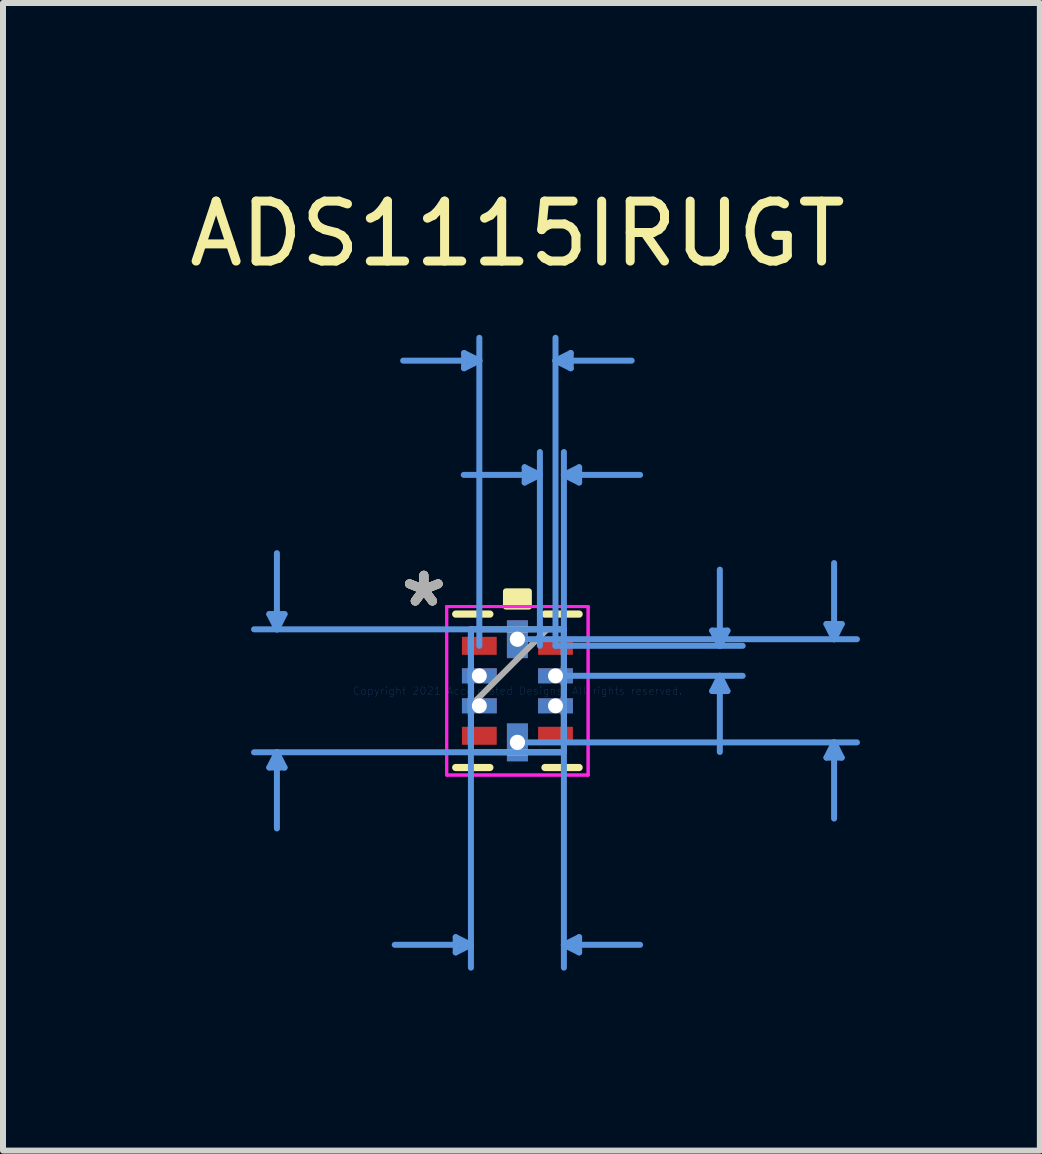
<source format=kicad_pcb>
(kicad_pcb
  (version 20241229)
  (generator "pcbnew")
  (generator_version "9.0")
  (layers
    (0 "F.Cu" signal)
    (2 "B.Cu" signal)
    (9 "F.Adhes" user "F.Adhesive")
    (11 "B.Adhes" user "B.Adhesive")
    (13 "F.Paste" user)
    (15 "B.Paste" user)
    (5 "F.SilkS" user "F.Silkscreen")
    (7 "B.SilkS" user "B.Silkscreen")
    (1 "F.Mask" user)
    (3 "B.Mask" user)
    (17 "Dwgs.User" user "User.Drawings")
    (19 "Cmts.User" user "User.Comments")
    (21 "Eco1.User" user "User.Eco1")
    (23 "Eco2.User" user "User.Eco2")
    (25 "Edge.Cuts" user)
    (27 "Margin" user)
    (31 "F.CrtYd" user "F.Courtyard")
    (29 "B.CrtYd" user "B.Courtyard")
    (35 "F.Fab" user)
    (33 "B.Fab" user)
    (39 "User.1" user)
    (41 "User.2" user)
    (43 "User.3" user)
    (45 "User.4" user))
  (footprint "ADS1115IRUGT"
    (layer "F.Cu")
    (at 5.577 8.468)
    (property "Reference" "ADS1115IRUGT" (at 0 -7.62 0) (layer "F.SilkS") (effects (font (size 1 1) (thickness 0.15))))
    (attr through_hole)
    (fp_poly (pts (xy -0.975 -0.95) (xy -0.975 -0.55) (xy -0.295 -0.55) (xy -0.295 -0.95)) (stroke (width 0.1) (type solid)) (fill yes) (layer "F.Mask"))
    (fp_poly (pts (xy -0.975 -0.45) (xy -0.975 -0.05) (xy -0.295 -0.05) (xy -0.295 -0.45)) (stroke (width 0.1) (type solid)) (fill yes) (layer "F.Mask"))
    (fp_poly (pts (xy -0.975 0.05) (xy -0.975 0.45) (xy -0.295 0.45) (xy -0.295 0.05)) (stroke (width 0.1) (type solid)) (fill yes) (layer "F.Mask"))
    (fp_poly (pts (xy -0.975 0.55) (xy -0.975 0.95) (xy -0.295 0.95) (xy -0.295 0.55)) (stroke (width 0.1) (type solid)) (fill yes) (layer "F.Mask"))
    (fp_poly (pts (xy -0.2 -1.2) (xy -0.2 -0.52) (xy 0.2 -0.52) (xy 0.2 -1.2)) (stroke (width 0.1) (type solid)) (fill yes) (layer "F.Mask"))
    (fp_poly (pts (xy -0.2 0.52) (xy -0.2 1.2) (xy 0.2 1.2) (xy 0.2 0.52)) (stroke (width 0.1) (type solid)) (fill yes) (layer "F.Mask"))
    (fp_poly (pts (xy 0.295 -0.95) (xy 0.295 -0.55) (xy 0.975 -0.55) (xy 0.975 -0.95)) (stroke (width 0.1) (type solid)) (fill yes) (layer "F.Mask"))
    (fp_poly (pts (xy 0.295 -0.45) (xy 0.295 -0.05) (xy 0.975 -0.05) (xy 0.975 -0.45)) (stroke (width 0.1) (type solid)) (fill yes) (layer "F.Mask"))
    (fp_poly (pts (xy 0.295 0.05) (xy 0.295 0.45) (xy 0.975 0.45) (xy 0.975 0.05)) (stroke (width 0.1) (type solid)) (fill yes) (layer "F.Mask"))
    (fp_poly (pts (xy 0.295 0.55) (xy 0.295 0.95) (xy 0.975 0.95) (xy 0.975 0.55)) (stroke (width 0.1) (type solid)) (fill yes) (layer "F.Mask"))
    (fp_line (start -1.029 1.279) (end -0.459 1.279) (stroke (width 0.12) (type solid)) (layer "F.SilkS"))
    (fp_line (start -0.459 -1.279) (end -1.029 -1.279) (stroke (width 0.12) (type solid)) (layer "F.SilkS"))
    (fp_line (start 0.459 1.279) (end 1.029 1.279) (stroke (width 0.12) (type solid)) (layer "F.SilkS"))
    (fp_line (start 1.029 -1.279) (end 0.459 -1.279) (stroke (width 0.12) (type solid)) (layer "F.SilkS"))
    (fp_poly (pts (xy -0.191 -1.404) (xy -0.191 -1.658) (xy 0.191 -1.658) (xy 0.191 -1.404)) (stroke (width 0.1) (type solid)) (fill yes) (layer "F.SilkS"))
    (fp_poly (pts (xy -0.9 -0.875) (xy -0.9 -0.625) (xy -0.37 -0.625) (xy -0.37 -0.875)) (stroke (width 0.1) (type solid)) (fill yes) (layer "F.Paste"))
    (fp_poly (pts (xy -0.9 -0.375) (xy -0.9 -0.125) (xy -0.37 -0.125) (xy -0.37 -0.375)) (stroke (width 0.1) (type solid)) (fill yes) (layer "F.Paste"))
    (fp_poly (pts (xy -0.9 0.125) (xy -0.9 0.375) (xy -0.37 0.375) (xy -0.37 0.125)) (stroke (width 0.1) (type solid)) (fill yes) (layer "F.Paste"))
    (fp_poly (pts (xy -0.9 0.625) (xy -0.9 0.875) (xy -0.37 0.875) (xy -0.37 0.625)) (stroke (width 0.1) (type solid)) (fill yes) (layer "F.Paste"))
    (fp_poly (pts (xy -0.125 -1.125) (xy -0.125 -0.595) (xy 0.125 -0.595) (xy 0.125 -1.125)) (stroke (width 0.1) (type solid)) (fill yes) (layer "F.Paste"))
    (fp_poly (pts (xy -0.125 0.595) (xy -0.125 1.125) (xy 0.125 1.125) (xy 0.125 0.595)) (stroke (width 0.1) (type solid)) (fill yes) (layer "F.Paste"))
    (fp_poly (pts (xy 0.37 -0.875) (xy 0.37 -0.625) (xy 0.9 -0.625) (xy 0.9 -0.875)) (stroke (width 0.1) (type solid)) (fill yes) (layer "F.Paste"))
    (fp_poly (pts (xy 0.37 -0.375) (xy 0.37 -0.125) (xy 0.9 -0.125) (xy 0.9 -0.375)) (stroke (width 0.1) (type solid)) (fill yes) (layer "F.Paste"))
    (fp_poly (pts (xy 0.37 0.125) (xy 0.37 0.375) (xy 0.9 0.375) (xy 0.9 0.125)) (stroke (width 0.1) (type solid)) (fill yes) (layer "F.Paste"))
    (fp_poly (pts (xy 0.37 0.625) (xy 0.37 0.875) (xy 0.9 0.875) (xy 0.9 0.625)) (stroke (width 0.1) (type solid)) (fill yes) (layer "F.Paste"))
    (fp_line (start -4.137 -1.279) (end -3.883 -1.279) (stroke (width 0.1) (type solid)) (layer "Cmts.User"))
    (fp_line (start -4.137 1.279) (end -3.883 1.279) (stroke (width 0.1) (type solid)) (layer "Cmts.User"))
    (fp_line (start -4.01 -1.025) (end -4.137 -1.279) (stroke (width 0.1) (type solid)) (layer "Cmts.User"))
    (fp_line (start -4.01 -1.025) (end -4.01 -2.295) (stroke (width 0.1) (type solid)) (layer "Cmts.User"))
    (fp_line (start -4.01 -1.025) (end -3.883 -1.279) (stroke (width 0.1) (type solid)) (layer "Cmts.User"))
    (fp_line (start -4.01 1.025) (end -4.137 1.279) (stroke (width 0.1) (type solid)) (layer "Cmts.User"))
    (fp_line (start -4.01 1.025) (end -4.01 2.295) (stroke (width 0.1) (type solid)) (layer "Cmts.User"))
    (fp_line (start -4.01 1.025) (end -3.883 1.279) (stroke (width 0.1) (type solid)) (layer "Cmts.User"))
    (fp_line (start -1.029 4.108) (end -1.029 4.362) (stroke (width 0.1) (type solid)) (layer "Cmts.User"))
    (fp_line (start -0.889 -5.632) (end -0.889 -5.378) (stroke (width 0.1) (type solid)) (layer "Cmts.User"))
    (fp_line (start -0.775 -1.025) (end -0.775 4.616) (stroke (width 0.1) (type solid)) (layer "Cmts.User"))
    (fp_line (start -0.775 4.235) (end -2.045 4.235) (stroke (width 0.1) (type solid)) (layer "Cmts.User"))
    (fp_line (start -0.775 4.235) (end -1.029 4.108) (stroke (width 0.1) (type solid)) (layer "Cmts.User"))
    (fp_line (start -0.775 4.235) (end -1.029 4.362) (stroke (width 0.1) (type solid)) (layer "Cmts.User"))
    (fp_line (start -0.635 -5.505) (end -1.905 -5.505) (stroke (width 0.1) (type solid)) (layer "Cmts.User"))
    (fp_line (start -0.635 -5.505) (end -0.889 -5.632) (stroke (width 0.1) (type solid)) (layer "Cmts.User"))
    (fp_line (start -0.635 -5.505) (end -0.889 -5.378) (stroke (width 0.1) (type solid)) (layer "Cmts.User"))
    (fp_line (start -0.635 -0.75) (end -0.635 -5.886) (stroke (width 0.1) (type solid)) (layer "Cmts.User"))
    (fp_line (start 0 -0.86) (end 5.661 -0.86) (stroke (width 0.1) (type solid)) (layer "Cmts.User"))
    (fp_line (start 0 0.86) (end 5.661 0.86) (stroke (width 0.1) (type solid)) (layer "Cmts.User"))
    (fp_line (start 0.121 -3.727) (end 0.121 -3.473) (stroke (width 0.1) (type solid)) (layer "Cmts.User"))
    (fp_line (start 0.375 -3.6) (end -0.895 -3.6) (stroke (width 0.1) (type solid)) (layer "Cmts.User"))
    (fp_line (start 0.375 -3.6) (end 0.121 -3.727) (stroke (width 0.1) (type solid)) (layer "Cmts.User"))
    (fp_line (start 0.375 -3.6) (end 0.121 -3.473) (stroke (width 0.1) (type solid)) (layer "Cmts.User"))
    (fp_line (start 0.375 -0.75) (end 0.375 -3.981) (stroke (width 0.1) (type solid)) (layer "Cmts.User"))
    (fp_line (start 0.635 -5.505) (end 0.889 -5.632) (stroke (width 0.1) (type solid)) (layer "Cmts.User"))
    (fp_line (start 0.635 -5.505) (end 0.889 -5.378) (stroke (width 0.1) (type solid)) (layer "Cmts.User"))
    (fp_line (start 0.635 -5.505) (end 1.905 -5.505) (stroke (width 0.1) (type solid)) (layer "Cmts.User"))
    (fp_line (start 0.635 -0.75) (end 0.635 -5.886) (stroke (width 0.1) (type solid)) (layer "Cmts.User"))
    (fp_line (start 0.635 -0.75) (end 3.756 -0.75) (stroke (width 0.1) (type solid)) (layer "Cmts.User"))
    (fp_line (start 0.635 -0.25) (end 3.756 -0.25) (stroke (width 0.1) (type solid)) (layer "Cmts.User"))
    (fp_line (start 0.775 -3.6) (end 1.029 -3.727) (stroke (width 0.1) (type solid)) (layer "Cmts.User"))
    (fp_line (start 0.775 -3.6) (end 1.029 -3.473) (stroke (width 0.1) (type solid)) (layer "Cmts.User"))
    (fp_line (start 0.775 -3.6) (end 2.045 -3.6) (stroke (width 0.1) (type solid)) (layer "Cmts.User"))
    (fp_line (start 0.775 -1.025) (end -4.391 -1.025) (stroke (width 0.1) (type solid)) (layer "Cmts.User"))
    (fp_line (start 0.775 -1.025) (end 0.775 4.616) (stroke (width 0.1) (type solid)) (layer "Cmts.User"))
    (fp_line (start 0.775 -0.75) (end 0.775 -3.981) (stroke (width 0.1) (type solid)) (layer "Cmts.User"))
    (fp_line (start 0.775 1.025) (end -4.391 1.025) (stroke (width 0.1) (type solid)) (layer "Cmts.User"))
    (fp_line (start 0.775 4.235) (end 1.029 4.108) (stroke (width 0.1) (type solid)) (layer "Cmts.User"))
    (fp_line (start 0.775 4.235) (end 1.029 4.362) (stroke (width 0.1) (type solid)) (layer "Cmts.User"))
    (fp_line (start 0.775 4.235) (end 2.045 4.235) (stroke (width 0.1) (type solid)) (layer "Cmts.User"))
    (fp_line (start 0.889 -5.632) (end 0.889 -5.378) (stroke (width 0.1) (type solid)) (layer "Cmts.User"))
    (fp_line (start 1.029 -3.727) (end 1.029 -3.473) (stroke (width 0.1) (type solid)) (layer "Cmts.User"))
    (fp_line (start 1.029 4.108) (end 1.029 4.362) (stroke (width 0.1) (type solid)) (layer "Cmts.User"))
    (fp_line (start 3.248 -1.004) (end 3.502 -1.004) (stroke (width 0.1) (type solid)) (layer "Cmts.User"))
    (fp_line (start 3.248 0.004) (end 3.502 0.004) (stroke (width 0.1) (type solid)) (layer "Cmts.User"))
    (fp_line (start 3.375 -0.75) (end 3.248 -1.004) (stroke (width 0.1) (type solid)) (layer "Cmts.User"))
    (fp_line (start 3.375 -0.75) (end 3.375 -2.02) (stroke (width 0.1) (type solid)) (layer "Cmts.User"))
    (fp_line (start 3.375 -0.75) (end 3.502 -1.004) (stroke (width 0.1) (type solid)) (layer "Cmts.User"))
    (fp_line (start 3.375 -0.25) (end 3.248 0.004) (stroke (width 0.1) (type solid)) (layer "Cmts.User"))
    (fp_line (start 3.375 -0.25) (end 3.375 1.02) (stroke (width 0.1) (type solid)) (layer "Cmts.User"))
    (fp_line (start 3.375 -0.25) (end 3.502 0.004) (stroke (width 0.1) (type solid)) (layer "Cmts.User"))
    (fp_line (start 5.153 -1.114) (end 5.407 -1.114) (stroke (width 0.1) (type solid)) (layer "Cmts.User"))
    (fp_line (start 5.153 1.114) (end 5.407 1.114) (stroke (width 0.1) (type solid)) (layer "Cmts.User"))
    (fp_line (start 5.28 -0.86) (end 5.153 -1.114) (stroke (width 0.1) (type solid)) (layer "Cmts.User"))
    (fp_line (start 5.28 -0.86) (end 5.28 -2.13) (stroke (width 0.1) (type solid)) (layer "Cmts.User"))
    (fp_line (start 5.28 -0.86) (end 5.407 -1.114) (stroke (width 0.1) (type solid)) (layer "Cmts.User"))
    (fp_line (start 5.28 0.86) (end 5.153 1.114) (stroke (width 0.1) (type solid)) (layer "Cmts.User"))
    (fp_line (start 5.28 0.86) (end 5.28 2.13) (stroke (width 0.1) (type solid)) (layer "Cmts.User"))
    (fp_line (start 5.28 0.86) (end 5.407 1.114) (stroke (width 0.1) (type solid)) (layer "Cmts.User"))
    (fp_line (start -1.179 -1.404) (end 1.179 -1.404) (stroke (width 0.05) (type solid)) (layer "F.CrtYd"))
    (fp_line (start -1.179 -1.404) (end 1.179 -1.404) (stroke (width 0.05) (type solid)) (layer "F.CrtYd"))
    (fp_line (start -1.179 1.404) (end -1.179 -1.404) (stroke (width 0.05) (type solid)) (layer "F.CrtYd"))
    (fp_line (start -1.179 1.404) (end -1.179 -1.404) (stroke (width 0.05) (type solid)) (layer "F.CrtYd"))
    (fp_line (start 1.179 -1.404) (end 1.179 1.404) (stroke (width 0.05) (type solid)) (layer "F.CrtYd"))
    (fp_line (start 1.179 -1.404) (end 1.179 1.404) (stroke (width 0.05) (type solid)) (layer "F.CrtYd"))
    (fp_line (start 1.179 1.404) (end -1.179 1.404) (stroke (width 0.05) (type solid)) (layer "F.CrtYd"))
    (fp_line (start 1.179 1.404) (end -1.179 1.404) (stroke (width 0.05) (type solid)) (layer "F.CrtYd"))
    (fp_line (start -0.775 -1.025) (end -0.775 1.025) (stroke (width 0.1) (type solid)) (layer "F.Fab"))
    (fp_line (start -0.775 -0.9) (end -0.775 -0.9) (stroke (width 0.1) (type solid)) (layer "F.Fab"))
    (fp_line (start -0.775 -0.9) (end -0.775 -0.6) (stroke (width 0.1) (type solid)) (layer "F.Fab"))
    (fp_line (start -0.775 -0.6) (end -0.775 -0.9) (stroke (width 0.1) (type solid)) (layer "F.Fab"))
    (fp_line (start -0.775 -0.6) (end -0.775 -0.6) (stroke (width 0.1) (type solid)) (layer "F.Fab"))
    (fp_line (start -0.775 -0.4) (end -0.775 -0.4) (stroke (width 0.1) (type solid)) (layer "F.Fab"))
    (fp_line (start -0.775 -0.4) (end -0.775 -0.1) (stroke (width 0.1) (type solid)) (layer "F.Fab"))
    (fp_line (start -0.775 -0.1) (end -0.775 -0.4) (stroke (width 0.1) (type solid)) (layer "F.Fab"))
    (fp_line (start -0.775 -0.1) (end -0.775 -0.1) (stroke (width 0.1) (type solid)) (layer "F.Fab"))
    (fp_line (start -0.775 0.1) (end -0.775 0.1) (stroke (width 0.1) (type solid)) (layer "F.Fab"))
    (fp_line (start -0.775 0.1) (end -0.775 0.4) (stroke (width 0.1) (type solid)) (layer "F.Fab"))
    (fp_line (start -0.775 0.245) (end 0.495 -1.025) (stroke (width 0.1) (type solid)) (layer "F.Fab"))
    (fp_line (start -0.775 0.4) (end -0.775 0.1) (stroke (width 0.1) (type solid)) (layer "F.Fab"))
    (fp_line (start -0.775 0.4) (end -0.775 0.4) (stroke (width 0.1) (type solid)) (layer "F.Fab"))
    (fp_line (start -0.775 0.6) (end -0.775 0.6) (stroke (width 0.1) (type solid)) (layer "F.Fab"))
    (fp_line (start -0.775 0.6) (end -0.775 0.9) (stroke (width 0.1) (type solid)) (layer "F.Fab"))
    (fp_line (start -0.775 0.9) (end -0.775 0.6) (stroke (width 0.1) (type solid)) (layer "F.Fab"))
    (fp_line (start -0.775 0.9) (end -0.775 0.9) (stroke (width 0.1) (type solid)) (layer "F.Fab"))
    (fp_line (start -0.775 1.025) (end 0.775 1.025) (stroke (width 0.1) (type solid)) (layer "F.Fab"))
    (fp_line (start -0.15 -1.025) (end -0.15 -1.025) (stroke (width 0.1) (type solid)) (layer "F.Fab"))
    (fp_line (start -0.15 -1.025) (end 0.15 -1.025) (stroke (width 0.1) (type solid)) (layer "F.Fab"))
    (fp_line (start -0.15 1.025) (end -0.15 1.025) (stroke (width 0.1) (type solid)) (layer "F.Fab"))
    (fp_line (start -0.15 1.025) (end 0.15 1.025) (stroke (width 0.1) (type solid)) (layer "F.Fab"))
    (fp_line (start 0.15 -1.025) (end -0.15 -1.025) (stroke (width 0.1) (type solid)) (layer "F.Fab"))
    (fp_line (start 0.15 -1.025) (end 0.15 -1.025) (stroke (width 0.1) (type solid)) (layer "F.Fab"))
    (fp_line (start 0.15 1.025) (end -0.15 1.025) (stroke (width 0.1) (type solid)) (layer "F.Fab"))
    (fp_line (start 0.15 1.025) (end 0.15 1.025) (stroke (width 0.1) (type solid)) (layer "F.Fab"))
    (fp_line (start 0.775 -1.025) (end -0.775 -1.025) (stroke (width 0.1) (type solid)) (layer "F.Fab"))
    (fp_line (start 0.775 -0.9) (end 0.775 -0.9) (stroke (width 0.1) (type solid)) (layer "F.Fab"))
    (fp_line (start 0.775 -0.9) (end 0.775 -0.6) (stroke (width 0.1) (type solid)) (layer "F.Fab"))
    (fp_line (start 0.775 -0.6) (end 0.775 -0.9) (stroke (width 0.1) (type solid)) (layer "F.Fab"))
    (fp_line (start 0.775 -0.6) (end 0.775 -0.6) (stroke (width 0.1) (type solid)) (layer "F.Fab"))
    (fp_line (start 0.775 -0.4) (end 0.775 -0.4) (stroke (width 0.1) (type solid)) (layer "F.Fab"))
    (fp_line (start 0.775 -0.4) (end 0.775 -0.1) (stroke (width 0.1) (type solid)) (layer "F.Fab"))
    (fp_line (start 0.775 -0.1) (end 0.775 -0.4) (stroke (width 0.1) (type solid)) (layer "F.Fab"))
    (fp_line (start 0.775 -0.1) (end 0.775 -0.1) (stroke (width 0.1) (type solid)) (layer "F.Fab"))
    (fp_line (start 0.775 0.1) (end 0.775 0.1) (stroke (width 0.1) (type solid)) (layer "F.Fab"))
    (fp_line (start 0.775 0.1) (end 0.775 0.4) (stroke (width 0.1) (type solid)) (layer "F.Fab"))
    (fp_line (start 0.775 0.4) (end 0.775 0.1) (stroke (width 0.1) (type solid)) (layer "F.Fab"))
    (fp_line (start 0.775 0.4) (end 0.775 0.4) (stroke (width 0.1) (type solid)) (layer "F.Fab"))
    (fp_line (start 0.775 0.6) (end 0.775 0.6) (stroke (width 0.1) (type solid)) (layer "F.Fab"))
    (fp_line (start 0.775 0.6) (end 0.775 0.9) (stroke (width 0.1) (type solid)) (layer "F.Fab"))
    (fp_line (start 0.775 0.9) (end 0.775 0.6) (stroke (width 0.1) (type solid)) (layer "F.Fab"))
    (fp_line (start 0.775 0.9) (end 0.775 0.9) (stroke (width 0.1) (type solid)) (layer "F.Fab"))
    (fp_line (start 0.775 1.025) (end 0.775 -1.025) (stroke (width 0.1) (type solid)) (layer "F.Fab"))
    (fp_text user "*" (at -1.56 -1.381 0) (layer "F.SilkS") (effects (font (size 1 1) (thickness 0.15))))
    (fp_text user "*" (at -1.56 -1.381 0) (layer "F.SilkS") (effects (font (size 1 1) (thickness 0.15))))
    (fp_text user "Copyright 2021 Accelerated Designs. All rights reserved." (at 0 0 0) (layer "Cmts.User") (effects (font (size 0.127 0.127) (thickness 0.002))))
    (fp_text user "*" (at -1.56 -1.381 0) (layer "F.Fab") (effects (font (size 1 1) (thickness 0.15))))
    (fp_text user "*" (at -1.56 -1.381 0) (layer "F.Fab") (effects (font (size 1 1) (thickness 0.15))))
    (pad "" np_thru_hole rect (at -0.635 -0.25 90) (size 0.25 0.58) (drill 0.254) (layers "*.Cu" "*.Mask"))
    (pad "" np_thru_hole rect (at -0.635 0.25 90) (size 0.25 0.58) (drill 0.254) (layers "*.Cu" "*.Mask"))
    (pad "" np_thru_hole rect (at 0.635 -0.25 90) (size 0.25 0.58) (drill 0.254) (layers "*.Cu" "*.Mask"))
    (pad "" np_thru_hole rect (at 0.635 0.25 90) (size 0.25 0.58) (drill 0.254) (layers "*.Cu" "*.Mask"))
    (pad "1" smd rect (at -0.635 -0.75 90) (size 0.3 0.58) (layers "F.Cu" "F.Mask"))
    (pad "4" smd rect (at -0.635 0.75 90) (size 0.3 0.58) (layers "F.Cu" "F.Mask"))
    (pad "5" thru_hole rect (at 0 0.86) (size 0.35 0.63) (drill 0.254) (layers "*.Cu" "*.Mask"))
    (pad "6" smd rect (at 0.635 0.75 90) (size 0.3 0.58) (layers "F.Cu" "F.Mask"))
    (pad "9" smd rect (at 0.635 -0.75 90) (size 0.3 0.58) (layers "F.Cu" "F.Mask"))
    (pad "10" thru_hole rect (at 0 -0.86) (size 0.35 0.63) (drill 0.254) (layers "*.Cu" "*.Mask")))
  (gr_rect
    (start -3 -3)
    (end 14.288 16.134)
    (stroke (width 0.1) (type default))
    (fill no)
    (layer "Edge.Cuts")))
</source>
